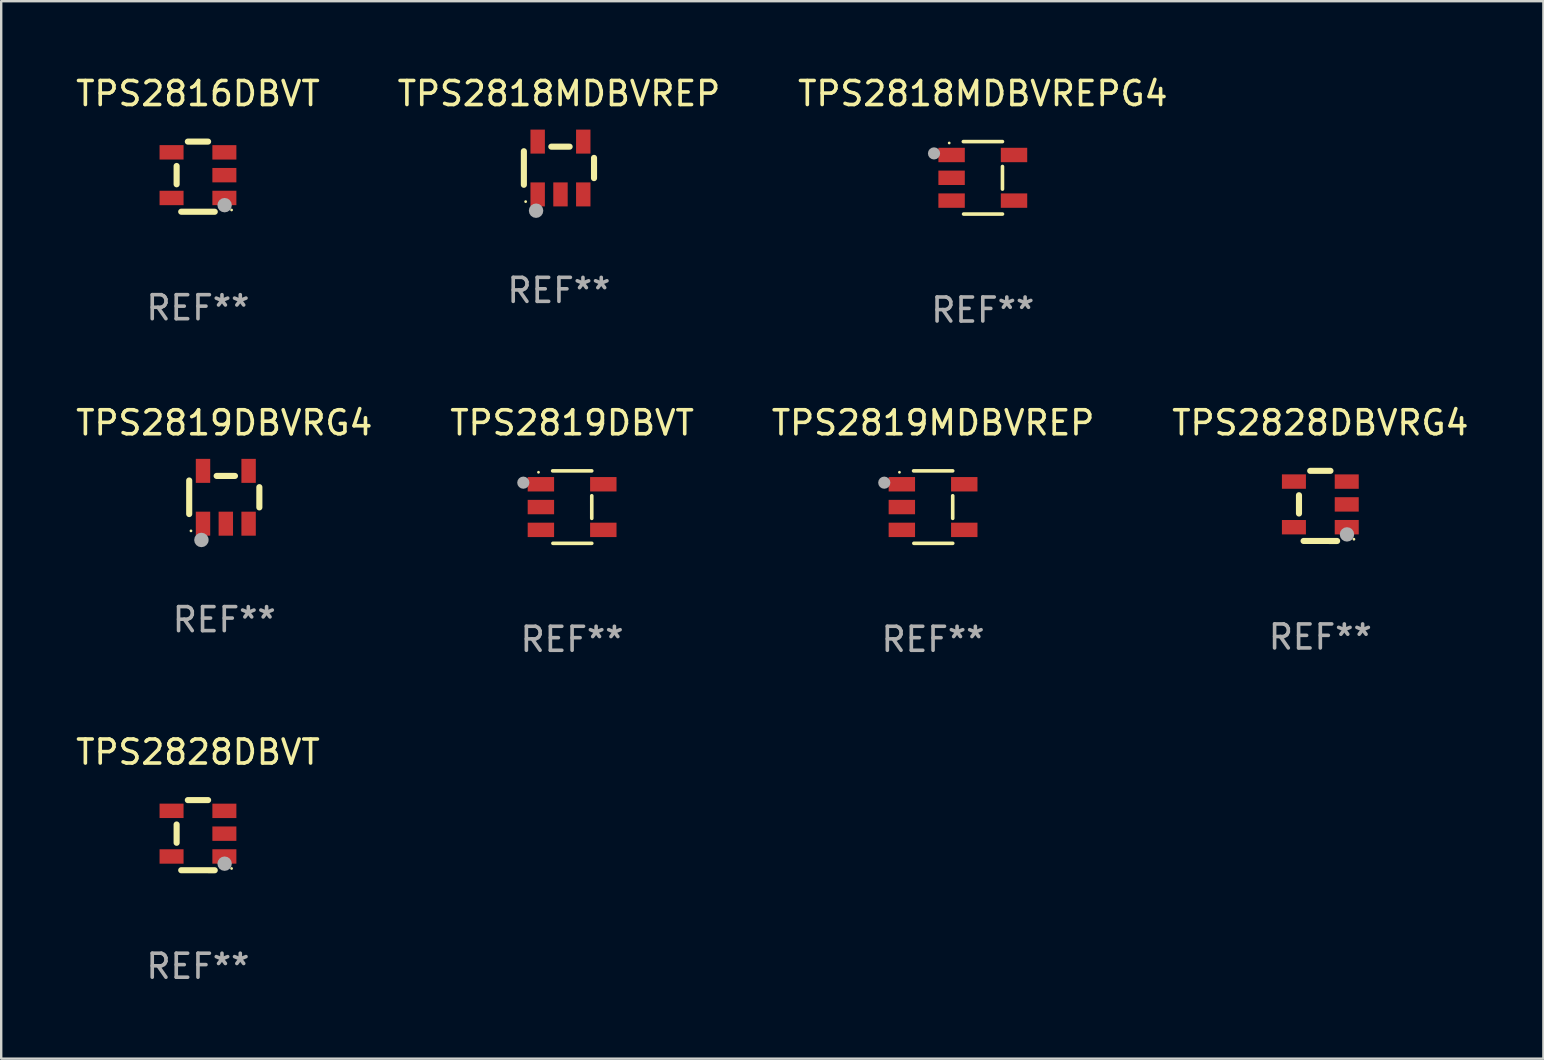
<source format=kicad_pcb>
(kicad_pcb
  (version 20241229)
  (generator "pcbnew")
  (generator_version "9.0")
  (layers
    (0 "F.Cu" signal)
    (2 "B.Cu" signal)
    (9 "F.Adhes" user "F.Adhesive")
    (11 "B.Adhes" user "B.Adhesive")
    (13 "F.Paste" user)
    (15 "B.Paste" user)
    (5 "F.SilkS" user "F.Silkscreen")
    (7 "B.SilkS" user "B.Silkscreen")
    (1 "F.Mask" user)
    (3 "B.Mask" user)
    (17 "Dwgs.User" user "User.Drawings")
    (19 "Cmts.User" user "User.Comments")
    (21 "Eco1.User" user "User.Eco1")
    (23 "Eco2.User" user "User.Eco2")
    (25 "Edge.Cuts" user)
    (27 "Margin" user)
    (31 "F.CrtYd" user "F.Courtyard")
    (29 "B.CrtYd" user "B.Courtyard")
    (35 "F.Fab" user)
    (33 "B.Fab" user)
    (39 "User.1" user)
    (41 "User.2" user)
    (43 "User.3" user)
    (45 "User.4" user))
  (footprint "TPS2816DBVT"
    (layer "F.Cu")
    (at 5.196 4.309)
    (property "Reference" "TPS2816DBVT" (at 0 -3.461 0) (layer "F.SilkS") (effects (font (size 1 1) (thickness 0.15))))
    (attr through_hole)
    (fp_line (start -0.889 0.317) (end -0.889 -0.445) (stroke (width 0.254) (type solid)) (layer "F.SilkS"))
    (fp_line (start -0.698 1.46) (end 0.699 1.461) (stroke (width 0.254) (type solid)) (layer "F.SilkS"))
    (fp_line (start -0.422 -1.461) (end 0.422 -1.461) (stroke (width 0.254) (type solid)) (layer "F.SilkS"))
    (fp_circle (center 1.4 1.387) (end 1.43 1.387) (stroke (width 0.06) (type solid)) (fill no) (layer "F.SilkS"))
    (fp_circle (center 1.11 1.187) (end 1.26 1.187) (stroke (width 0.3) (type solid)) (fill no) (layer "F.Fab"))
    (fp_text user "REF**" (at 0 5.461 0) (layer "F.Fab") (effects (font (size 1 1) (thickness 0.15))))
    (pad "1" smd rect (at 1.1 0.886 90) (size 0.6 1) (layers "F.Cu" "F.Mask" "F.Paste"))
    (pad "2" smd rect (at 1.1 -0.063 90) (size 0.6 1) (layers "F.Cu" "F.Mask" "F.Paste"))
    (pad "3" smd rect (at 1.1 -1.013 90) (size 0.6 1) (layers "F.Cu" "F.Mask" "F.Paste"))
    (pad "4" smd rect (at -1.1 -1.014 90) (size 0.6 1) (layers "F.Cu" "F.Mask" "F.Paste"))
    (pad "5" smd rect (at -1.1 0.887 90) (size 0.6 1) (layers "F.Cu" "F.Mask" "F.Paste")))
  (footprint "TPS2819DBVT"
    (layer "F.Cu")
    (at 20.78 18.072)
    (property "Reference" "TPS2819DBVT" (at 0 -3.509 0) (layer "F.SilkS") (effects (font (size 1 1) (thickness 0.15))))
    (attr through_hole)
    (fp_line (start -0.811 -1.509) (end 0.819 -1.509) (stroke (width 0.15) (type solid)) (layer "F.SilkS"))
    (fp_line (start -0.8 1.509) (end 0.82 1.509) (stroke (width 0.15) (type solid)) (layer "F.SilkS"))
    (fp_line (start 0.819 -0.472) (end 0.819 0.47) (stroke (width 0.15) (type solid)) (layer "F.SilkS"))
    (fp_circle (center -1.4 -1.451) (end -1.37 -1.451) (stroke (width 0.06) (type solid)) (fill no) (layer "F.SilkS"))
    (fp_circle (center -2.032 -1.017) (end -1.905 -1.017) (stroke (width 0.254) (type solid)) (fill no) (layer "F.Fab"))
    (fp_text user "REF**" (at 0 5.509 0) (layer "F.Fab") (effects (font (size 1 1) (thickness 0.15))))
    (pad "1" smd rect (at -1.3 -0.951) (size 1.1 0.6) (layers "F.Cu" "F.Mask" "F.Paste"))
    (pad "2" smd rect (at -1.3 -0.001) (size 1.1 0.6) (layers "F.Cu" "F.Mask" "F.Paste"))
    (pad "3" smd rect (at -1.3 0.949) (size 1.1 0.6) (layers "F.Cu" "F.Mask" "F.Paste"))
    (pad "4" smd rect (at 1.3 0.949) (size 1.1 0.6) (layers "F.Cu" "F.Mask" "F.Paste"))
    (pad "5" smd rect (at 1.3 -0.951) (size 1.1 0.6) (layers "F.Cu" "F.Mask" "F.Paste")))
  (footprint "TPS2818MDBVREP"
    (layer "F.Cu")
    (at 20.232 3.948)
    (property "Reference" "TPS2818MDBVREP" (at 0 -3.1 0) (layer "F.SilkS") (effects (font (size 1 1) (thickness 0.15))))
    (attr through_hole)
    (fp_line (start -1.461 -0.699) (end -1.461 0.699) (stroke (width 0.254) (type solid)) (layer "F.SilkS"))
    (fp_line (start -0.318 -0.889) (end 0.445 -0.889) (stroke (width 0.254) (type solid)) (layer "F.SilkS"))
    (fp_line (start 1.461 -0.422) (end 1.461 0.422) (stroke (width 0.254) (type solid)) (layer "F.SilkS"))
    (fp_circle (center -1.387 1.4) (end -1.357 1.4) (stroke (width 0.06) (type solid)) (fill no) (layer "F.SilkS"))
    (fp_circle (center -0.953 1.778) (end -0.802 1.778) (stroke (width 0.3) (type solid)) (fill no) (layer "F.Fab"))
    (fp_text user "REF**" (at 0 5.1 0) (layer "F.Fab") (effects (font (size 1 1) (thickness 0.15))))
    (pad "1" smd rect (at -0.886 1.1) (size 0.6 1) (layers "F.Cu" "F.Mask" "F.Paste"))
    (pad "2" smd rect (at 0.064 1.1) (size 0.6 1) (layers "F.Cu" "F.Mask" "F.Paste"))
    (pad "3" smd rect (at 1.013 1.1) (size 0.6 1) (layers "F.Cu" "F.Mask" "F.Paste"))
    (pad "4" smd rect (at 1.013 -1.1) (size 0.6 1) (layers "F.Cu" "F.Mask" "F.Paste"))
    (pad "5" smd rect (at -0.886 -1.1) (size 0.6 1) (layers "F.Cu" "F.Mask" "F.Paste")))
  (footprint "TPS2819DBVRG4"
    (layer "F.Cu")
    (at 6.292 17.663)
    (property "Reference" "TPS2819DBVRG4" (at 0 -3.1 0) (layer "F.SilkS") (effects (font (size 1 1) (thickness 0.15))))
    (attr through_hole)
    (fp_line (start -1.461 -0.699) (end -1.461 0.699) (stroke (width 0.254) (type solid)) (layer "F.SilkS"))
    (fp_line (start -0.318 -0.889) (end 0.445 -0.889) (stroke (width 0.254) (type solid)) (layer "F.SilkS"))
    (fp_line (start 1.461 -0.422) (end 1.461 0.422) (stroke (width 0.254) (type solid)) (layer "F.SilkS"))
    (fp_circle (center -1.387 1.4) (end -1.357 1.4) (stroke (width 0.06) (type solid)) (fill no) (layer "F.SilkS"))
    (fp_circle (center -0.953 1.778) (end -0.802 1.778) (stroke (width 0.3) (type solid)) (fill no) (layer "F.Fab"))
    (fp_text user "REF**" (at 0 5.1 0) (layer "F.Fab") (effects (font (size 1 1) (thickness 0.15))))
    (pad "1" smd rect (at -0.886 1.1) (size 0.6 1) (layers "F.Cu" "F.Mask" "F.Paste"))
    (pad "2" smd rect (at 0.064 1.1) (size 0.6 1) (layers "F.Cu" "F.Mask" "F.Paste"))
    (pad "3" smd rect (at 1.013 1.1) (size 0.6 1) (layers "F.Cu" "F.Mask" "F.Paste"))
    (pad "4" smd rect (at 1.013 -1.1) (size 0.6 1) (layers "F.Cu" "F.Mask" "F.Paste"))
    (pad "5" smd rect (at -0.886 -1.1) (size 0.6 1) (layers "F.Cu" "F.Mask" "F.Paste")))
  (footprint "TPS2819MDBVREP"
    (layer "F.Cu")
    (at 35.815 18.072)
    (property "Reference" "TPS2819MDBVREP" (at 0 -3.509 0) (layer "F.SilkS") (effects (font (size 1 1) (thickness 0.15))))
    (attr through_hole)
    (fp_line (start -0.811 -1.509) (end 0.819 -1.509) (stroke (width 0.15) (type solid)) (layer "F.SilkS"))
    (fp_line (start -0.8 1.509) (end 0.82 1.509) (stroke (width 0.15) (type solid)) (layer "F.SilkS"))
    (fp_line (start 0.819 -0.472) (end 0.819 0.47) (stroke (width 0.15) (type solid)) (layer "F.SilkS"))
    (fp_circle (center -1.4 -1.451) (end -1.37 -1.451) (stroke (width 0.06) (type solid)) (fill no) (layer "F.SilkS"))
    (fp_circle (center -2.032 -1.017) (end -1.905 -1.017) (stroke (width 0.254) (type solid)) (fill no) (layer "F.Fab"))
    (fp_text user "REF**" (at 0 5.509 0) (layer "F.Fab") (effects (font (size 1 1) (thickness 0.15))))
    (pad "1" smd rect (at -1.3 -0.951) (size 1.1 0.6) (layers "F.Cu" "F.Mask" "F.Paste"))
    (pad "2" smd rect (at -1.3 -0.001) (size 1.1 0.6) (layers "F.Cu" "F.Mask" "F.Paste"))
    (pad "3" smd rect (at -1.3 0.949) (size 1.1 0.6) (layers "F.Cu" "F.Mask" "F.Paste"))
    (pad "4" smd rect (at 1.3 0.949) (size 1.1 0.6) (layers "F.Cu" "F.Mask" "F.Paste"))
    (pad "5" smd rect (at 1.3 -0.951) (size 1.1 0.6) (layers "F.Cu" "F.Mask" "F.Paste")))
  (footprint "TPS2828DBVRG4"
    (layer "F.Cu")
    (at 51.946 18.023)
    (property "Reference" "TPS2828DBVRG4" (at 0 -3.461 0) (layer "F.SilkS") (effects (font (size 1 1) (thickness 0.15))))
    (attr through_hole)
    (fp_line (start -0.889 0.317) (end -0.889 -0.445) (stroke (width 0.254) (type solid)) (layer "F.SilkS"))
    (fp_line (start -0.698 1.46) (end 0.699 1.461) (stroke (width 0.254) (type solid)) (layer "F.SilkS"))
    (fp_line (start -0.422 -1.461) (end 0.422 -1.461) (stroke (width 0.254) (type solid)) (layer "F.SilkS"))
    (fp_circle (center 1.4 1.387) (end 1.43 1.387) (stroke (width 0.06) (type solid)) (fill no) (layer "F.SilkS"))
    (fp_circle (center 1.11 1.187) (end 1.26 1.187) (stroke (width 0.3) (type solid)) (fill no) (layer "F.Fab"))
    (fp_text user "REF**" (at 0 5.461 0) (layer "F.Fab") (effects (font (size 1 1) (thickness 0.15))))
    (pad "1" smd rect (at 1.1 0.886 90) (size 0.6 1) (layers "F.Cu" "F.Mask" "F.Paste"))
    (pad "2" smd rect (at 1.1 -0.063 90) (size 0.6 1) (layers "F.Cu" "F.Mask" "F.Paste"))
    (pad "3" smd rect (at 1.1 -1.013 90) (size 0.6 1) (layers "F.Cu" "F.Mask" "F.Paste"))
    (pad "4" smd rect (at -1.1 -1.014 90) (size 0.6 1) (layers "F.Cu" "F.Mask" "F.Paste"))
    (pad "5" smd rect (at -1.1 0.887 90) (size 0.6 1) (layers "F.Cu" "F.Mask" "F.Paste")))
  (footprint "TPS2828DBVT"
    (layer "F.Cu")
    (at 5.196 31.738)
    (property "Reference" "TPS2828DBVT" (at 0 -3.461 0) (layer "F.SilkS") (effects (font (size 1 1) (thickness 0.15))))
    (attr through_hole)
    (fp_line (start -0.889 0.317) (end -0.889 -0.445) (stroke (width 0.254) (type solid)) (layer "F.SilkS"))
    (fp_line (start -0.698 1.46) (end 0.699 1.461) (stroke (width 0.254) (type solid)) (layer "F.SilkS"))
    (fp_line (start -0.422 -1.461) (end 0.422 -1.461) (stroke (width 0.254) (type solid)) (layer "F.SilkS"))
    (fp_circle (center 1.4 1.387) (end 1.43 1.387) (stroke (width 0.06) (type solid)) (fill no) (layer "F.SilkS"))
    (fp_circle (center 1.11 1.187) (end 1.26 1.187) (stroke (width 0.3) (type solid)) (fill no) (layer "F.Fab"))
    (fp_text user "REF**" (at 0 5.461 0) (layer "F.Fab") (effects (font (size 1 1) (thickness 0.15))))
    (pad "1" smd rect (at 1.1 0.886 90) (size 0.6 1) (layers "F.Cu" "F.Mask" "F.Paste"))
    (pad "2" smd rect (at 1.1 -0.063 90) (size 0.6 1) (layers "F.Cu" "F.Mask" "F.Paste"))
    (pad "3" smd rect (at 1.1 -1.013 90) (size 0.6 1) (layers "F.Cu" "F.Mask" "F.Paste"))
    (pad "4" smd rect (at -1.1 -1.014 90) (size 0.6 1) (layers "F.Cu" "F.Mask" "F.Paste"))
    (pad "5" smd rect (at -1.1 0.887 90) (size 0.6 1) (layers "F.Cu" "F.Mask" "F.Paste")))
  (footprint "TPS2818MDBVREPG4"
    (layer "F.Cu")
    (at 37.887 4.357)
    (property "Reference" "TPS2818MDBVREPG4" (at 0 -3.509 0) (layer "F.SilkS") (effects (font (size 1 1) (thickness 0.15))))
    (attr through_hole)
    (fp_line (start -0.811 -1.509) (end 0.819 -1.509) (stroke (width 0.15) (type solid)) (layer "F.SilkS"))
    (fp_line (start -0.8 1.509) (end 0.82 1.509) (stroke (width 0.15) (type solid)) (layer "F.SilkS"))
    (fp_line (start 0.819 -0.472) (end 0.819 0.47) (stroke (width 0.15) (type solid)) (layer "F.SilkS"))
    (fp_circle (center -1.4 -1.451) (end -1.37 -1.451) (stroke (width 0.06) (type solid)) (fill no) (layer "F.SilkS"))
    (fp_circle (center -2.032 -1.017) (end -1.905 -1.017) (stroke (width 0.254) (type solid)) (fill no) (layer "F.Fab"))
    (fp_text user "REF**" (at 0 5.509 0) (layer "F.Fab") (effects (font (size 1 1) (thickness 0.15))))
    (pad "1" smd rect (at -1.3 -0.951) (size 1.1 0.6) (layers "F.Cu" "F.Mask" "F.Paste"))
    (pad "2" smd rect (at -1.3 -0.001) (size 1.1 0.6) (layers "F.Cu" "F.Mask" "F.Paste"))
    (pad "3" smd rect (at -1.3 0.949) (size 1.1 0.6) (layers "F.Cu" "F.Mask" "F.Paste"))
    (pad "4" smd rect (at 1.3 0.949) (size 1.1 0.6) (layers "F.Cu" "F.Mask" "F.Paste"))
    (pad "5" smd rect (at 1.3 -0.951) (size 1.1 0.6) (layers "F.Cu" "F.Mask" "F.Paste")))
  (gr_rect
    (start -3 -3)
    (end 61.238 41.047)
    (stroke (width 0.1) (type default))
    (fill no)
    (layer "Edge.Cuts")))
</source>
